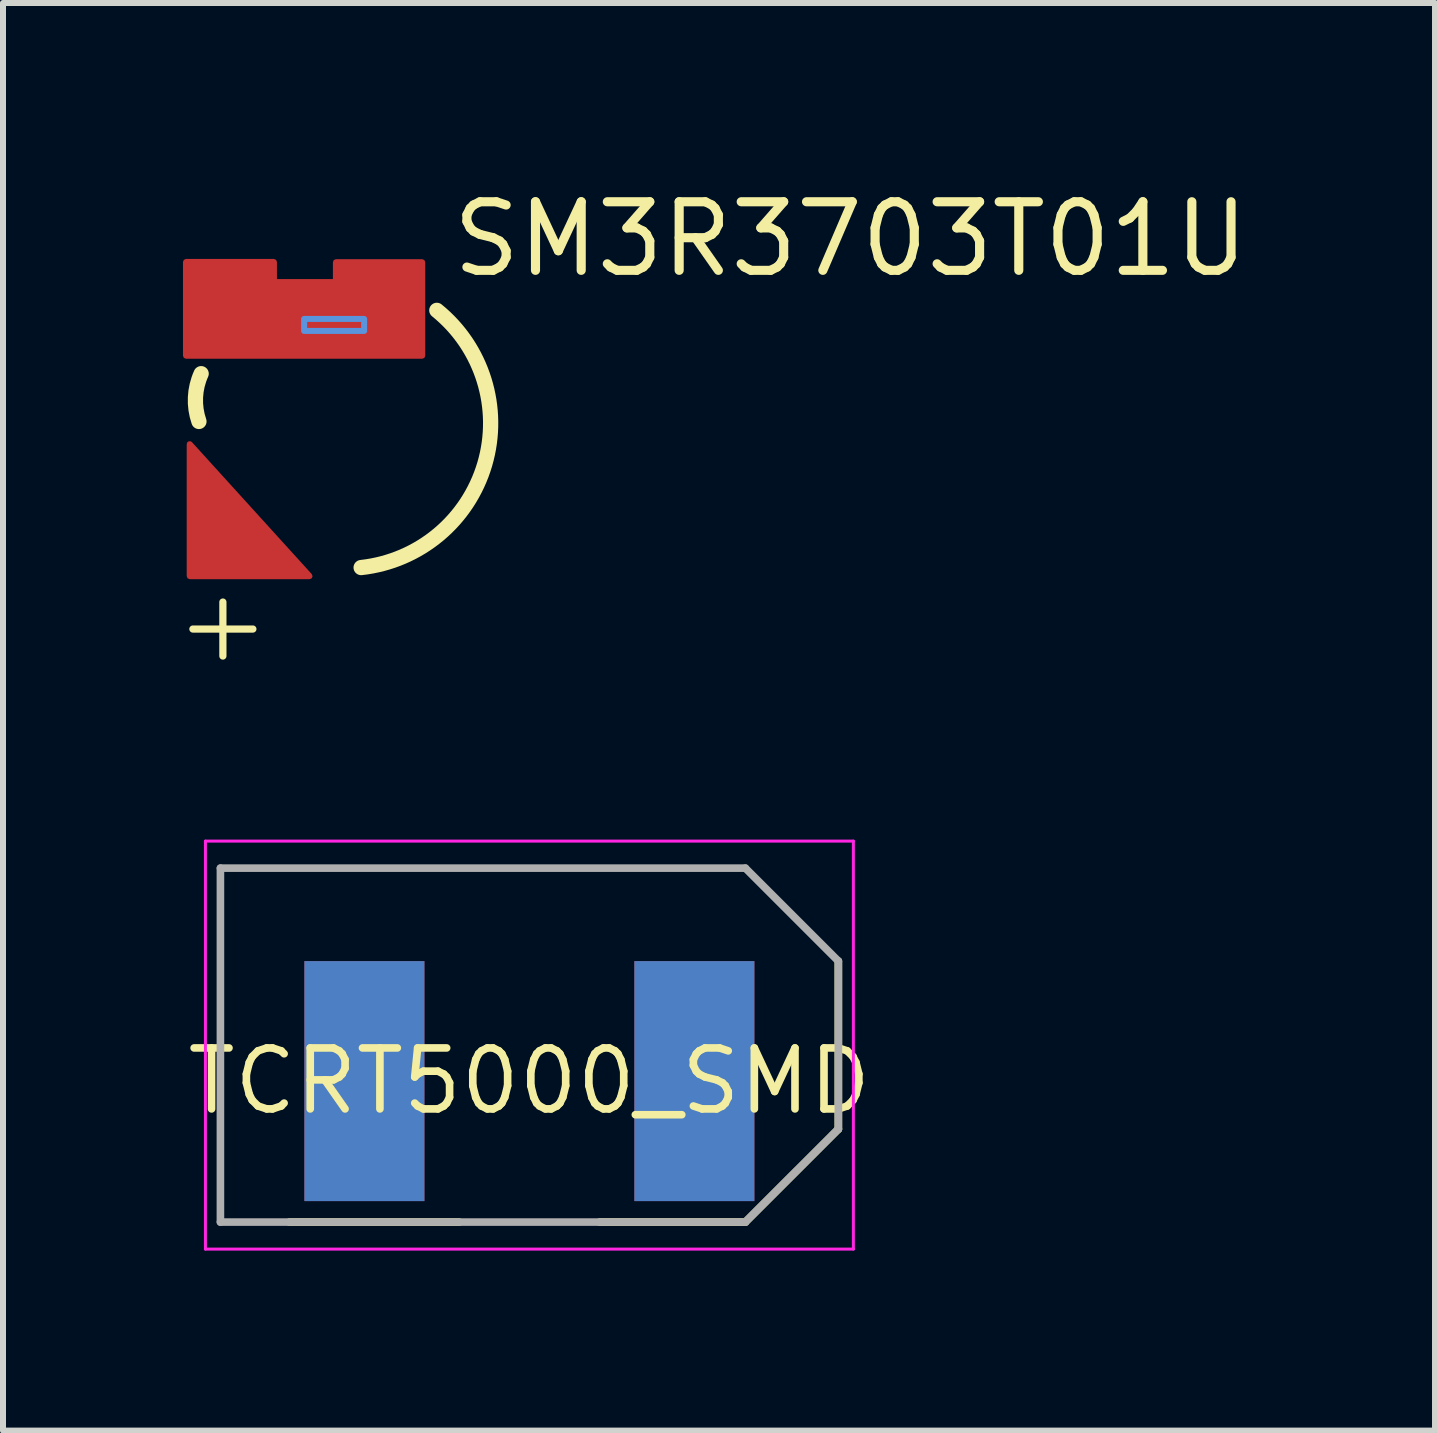
<source format=kicad_pcb>
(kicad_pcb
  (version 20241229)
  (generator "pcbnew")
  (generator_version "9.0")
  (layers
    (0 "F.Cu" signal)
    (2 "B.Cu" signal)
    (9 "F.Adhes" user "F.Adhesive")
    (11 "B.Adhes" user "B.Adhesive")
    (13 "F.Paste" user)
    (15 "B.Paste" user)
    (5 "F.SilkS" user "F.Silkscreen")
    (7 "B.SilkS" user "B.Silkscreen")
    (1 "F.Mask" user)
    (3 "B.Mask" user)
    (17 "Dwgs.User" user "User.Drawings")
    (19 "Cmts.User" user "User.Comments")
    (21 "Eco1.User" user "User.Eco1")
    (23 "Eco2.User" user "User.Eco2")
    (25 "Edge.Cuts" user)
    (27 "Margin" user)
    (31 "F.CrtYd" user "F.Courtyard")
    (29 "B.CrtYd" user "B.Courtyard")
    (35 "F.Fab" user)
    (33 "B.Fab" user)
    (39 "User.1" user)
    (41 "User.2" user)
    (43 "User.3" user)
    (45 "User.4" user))
  (footprint "SM3R3703T01U"
    (layer "F.Cu")
    (at 1.565 4.135)
    (property "Reference" "SM3R3703T01U" (at 2.85 -3.2 0) (layer "F.SilkS") (effects (font (size 1.143 1.143) (thickness 0.152)) (justify left)))
    (attr smd)
    (fp_line (start -1.4 3.3) (end -0.4 3.3) (stroke (width 0.12) (type solid)) (layer "F.SilkS"))
    (fp_line (start -0.9 2.85) (end -0.9 3.75) (stroke (width 0.12) (type solid)) (layer "F.SilkS"))
    (fp_arc (start -1.299 -0.16) (mid -1.356991 -0.561705) (end -1.262213 -0.956352) (stroke (width 0.254) (type solid)) (layer "F.SilkS"))
    (fp_arc (start 2.666 -2.012) (mid 3.464828 0.55223) (end 1.404461 2.275102) (stroke (width 0.254) (type solid)) (layer "F.SilkS"))
    (fp_poly (pts (xy 0.454 -1.869) (xy 1.454 -1.869) (xy 1.454 -1.669) (xy 0.454 -1.669)) (stroke (width 0.1) (type solid)) (fill no) (layer "Cmts.User"))
    (pad "1" smd custom (at -0.454 1.869) (size 0.1 0.1) (layers "F.Cu" "F.Mask" "F.Paste") (options (anchor circle)) (primitives (gr_poly (pts (xy -0.999 -1.649) (xy -0.999 0.55) (xy 0.999 0.55) (xy -1 -1.652)) (width 0.1) (fill yes))))
    (pad "2" smd custom (at 0.454 -1.869) (size 0.1 0.1) (layers "F.Cu" "F.Mask" "F.Paste") (options (anchor circle)) (primitives (gr_poly (pts (xy 1.969 -0.946) (xy 0.53 -0.946) (xy 0.53 -0.614) (xy -0.503 -0.614) (xy -0.503 -0.95) (xy -1.969 -0.95) (xy -1.969 0.614) (xy 1.969 0.614) (xy 1.969 0.611)) (width 0.1) (fill yes)))))
  (footprint "TCRT5000_SMD"
    (layer "F.Cu")
    (at 5.774 12.97)
    (property "Reference" "TCRT5000_SMD" (at 0 2 0) (layer "F.SilkS") (effects (font (size 1.016 1.016) (thickness 0.127))))
    (attr through_hole)
    (fp_line (start -4 4.35) (end -1.17 4.35) (stroke (width 0.127) (type solid)) (layer "F.SilkS"))
    (fp_line (start 1.17 4.35) (end 3.6 4.35) (stroke (width 0.127) (type solid)) (layer "F.SilkS"))
    (fp_line (start 3.6 4.35) (end 5.15 2.8) (stroke (width 0.127) (type solid)) (layer "F.SilkS"))
    (fp_line (start 5.15 2.8) (end 5.15 0) (stroke (width 0.127) (type solid)) (layer "F.SilkS"))
    (fp_line (start -5.4 -2) (end -5.4 4.8) (stroke (width 0.05) (type solid)) (layer "F.CrtYd"))
    (fp_line (start -5.4 4.8) (end 5.4 4.8) (stroke (width 0.05) (type solid)) (layer "F.CrtYd"))
    (fp_line (start 5.4 -2) (end -5.4 -2) (stroke (width 0.05) (type solid)) (layer "F.CrtYd"))
    (fp_line (start 5.4 4.8) (end 5.4 -2) (stroke (width 0.05) (type solid)) (layer "F.CrtYd"))
    (fp_line (start -5.15 -1.55) (end -5.15 4.35) (stroke (width 0.127) (type solid)) (layer "F.Fab"))
    (fp_line (start -5.15 4.35) (end 3.6 4.35) (stroke (width 0.127) (type solid)) (layer "F.Fab"))
    (fp_line (start 3.6 -1.55) (end -5.15 -1.55) (stroke (width 0.127) (type solid)) (layer "F.Fab"))
    (fp_line (start 3.6 -1.55) (end 5.15 0) (stroke (width 0.127) (type solid)) (layer "F.Fab"))
    (fp_line (start 3.6 4.35) (end 5.15 2.8) (stroke (width 0.127) (type solid)) (layer "F.Fab"))
    (fp_line (start 5.15 2.8) (end 5.15 0) (stroke (width 0.127) (type solid)) (layer "F.Fab"))
    (pad "1" smd rect (at 2.75 2) (size 2 4) (layers "B.Cu" "B.Mask" "B.Paste"))
    (pad "2" smd rect (at 2.75 2) (size 2 4) (layers "F.Cu" "F.Mask" "F.Paste"))
    (pad "3" smd rect (at -2.75 2) (size 2 4) (layers "B.Cu" "B.Mask" "B.Paste"))
    (pad "4" smd rect (at -2.75 2) (size 2 4) (layers "F.Cu" "F.Mask" "F.Paste")))
  (gr_rect
    (start -3 -3)
    (end 20.869 20.795)
    (stroke (width 0.1) (type default))
    (fill no)
    (layer "Edge.Cuts")))
</source>
